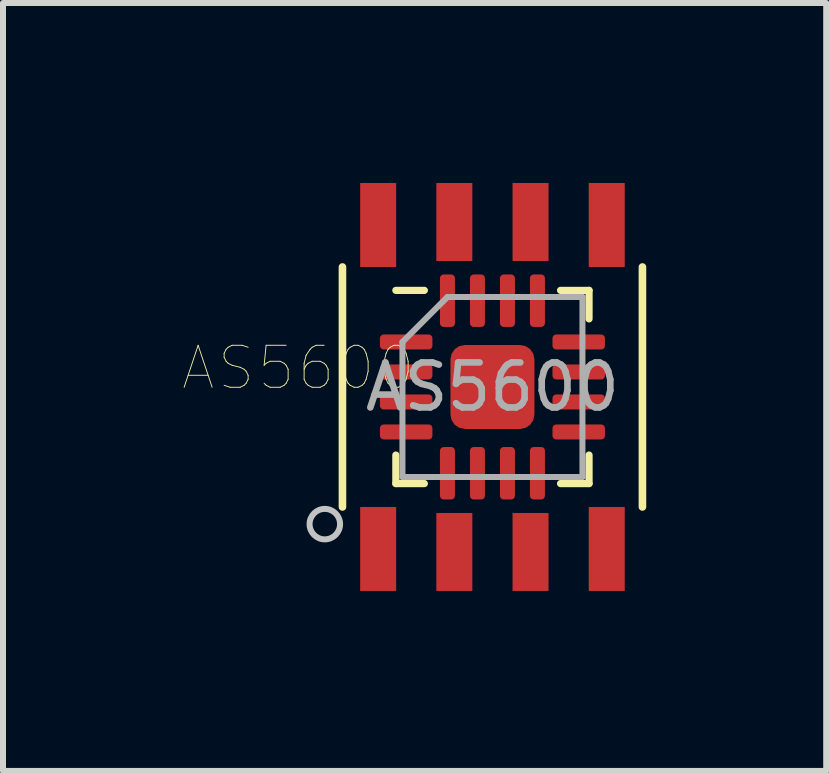
<source format=kicad_pcb>
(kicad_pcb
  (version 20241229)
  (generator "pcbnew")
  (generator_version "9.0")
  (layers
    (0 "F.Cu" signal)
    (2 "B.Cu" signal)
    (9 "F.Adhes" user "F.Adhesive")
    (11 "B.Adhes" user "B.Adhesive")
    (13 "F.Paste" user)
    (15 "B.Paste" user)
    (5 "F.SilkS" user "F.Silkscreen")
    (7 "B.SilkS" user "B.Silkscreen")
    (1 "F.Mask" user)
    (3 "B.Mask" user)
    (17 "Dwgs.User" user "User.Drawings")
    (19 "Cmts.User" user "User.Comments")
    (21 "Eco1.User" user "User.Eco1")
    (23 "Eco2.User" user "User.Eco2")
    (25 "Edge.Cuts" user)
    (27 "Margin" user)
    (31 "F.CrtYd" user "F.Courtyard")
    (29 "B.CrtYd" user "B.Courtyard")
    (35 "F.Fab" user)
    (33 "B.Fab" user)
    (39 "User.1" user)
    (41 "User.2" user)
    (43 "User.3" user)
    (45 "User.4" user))
  (footprint "AS5600"
    (layer "F.Cu")
    (at 5.158 3.4)
    (property "Reference" "AS5600" (at -3.239 -0.318 180) (layer "F.SilkS") (effects (font (size 0.7 0.7) (thickness 0.015))))
    (attr through_hole)
    (fp_line (start -2.5 2) (end -2.5 -2) (stroke (width 0.127) (type solid)) (layer "F.SilkS"))
    (fp_line (start -1.61 1.61) (end -1.61 1.135) (stroke (width 0.12) (type solid)) (layer "F.SilkS"))
    (fp_line (start -1.135 -1.61) (end -1.61 -1.61) (stroke (width 0.12) (type solid)) (layer "F.SilkS"))
    (fp_line (start -1.135 1.61) (end -1.61 1.61) (stroke (width 0.12) (type solid)) (layer "F.SilkS"))
    (fp_line (start 1.135 -1.61) (end 1.61 -1.61) (stroke (width 0.12) (type solid)) (layer "F.SilkS"))
    (fp_line (start 1.135 1.61) (end 1.61 1.61) (stroke (width 0.12) (type solid)) (layer "F.SilkS"))
    (fp_line (start 1.61 -1.61) (end 1.61 -1.135) (stroke (width 0.12) (type solid)) (layer "F.SilkS"))
    (fp_line (start 1.61 1.61) (end 1.61 1.135) (stroke (width 0.12) (type solid)) (layer "F.SilkS"))
    (fp_line (start 2.5 -2) (end 2.5 2) (stroke (width 0.127) (type solid)) (layer "F.SilkS"))
    (fp_circle (center -2.794 2.286) (end -2.54 2.286) (stroke (width 0.1) (type solid)) (fill no) (layer "Dwgs.User"))
    (fp_line (start -1.5 -0.75) (end -0.75 -1.5) (stroke (width 0.1) (type solid)) (layer "F.Fab"))
    (fp_line (start -1.5 1.5) (end -1.5 -0.75) (stroke (width 0.1) (type solid)) (layer "F.Fab"))
    (fp_line (start -0.75 -1.5) (end 1.5 -1.5) (stroke (width 0.1) (type solid)) (layer "F.Fab"))
    (fp_line (start 1.5 -1.5) (end 1.5 1.5) (stroke (width 0.1) (type solid)) (layer "F.Fab"))
    (fp_line (start 1.5 1.5) (end -1.5 1.5) (stroke (width 0.1) (type solid)) (layer "F.Fab"))
    (fp_text user "${REFERENCE}" (at 0 0 0) (layer "F.Fab") (effects (font (size 0.75 0.75) (thickness 0.11))))
    (pad "" smd roundrect (at -0.36 -0.36) (size 0.58 0.58) (layers "F.Paste") (roundrect_rratio 0.25))
    (pad "" smd roundrect (at -0.36 0.36) (size 0.58 0.58) (layers "F.Paste") (roundrect_rratio 0.25))
    (pad "" smd roundrect (at 0.36 -0.36) (size 0.58 0.58) (layers "F.Paste") (roundrect_rratio 0.25))
    (pad "" smd roundrect (at 0.36 0.36) (size 0.58 0.58) (layers "F.Paste") (roundrect_rratio 0.25))
    (pad "1" smd rect (at -1.905 2.7) (size 0.6 1.4) (layers "F.Cu" "F.Mask" "F.Paste"))
    (pad "2" smd rect (at -0.635 2.75) (size 0.6 1.3) (layers "F.Cu" "F.Mask" "F.Paste"))
    (pad "3" smd rect (at 0.635 2.75) (size 0.6 1.3) (layers "F.Cu" "F.Mask" "F.Paste"))
    (pad "4" smd rect (at 1.905 2.7) (size 0.6 1.4) (layers "F.Cu" "F.Mask" "F.Paste"))
    (pad "5" smd rect (at 1.905 -2.7) (size 0.6 1.4) (layers "F.Cu" "F.Mask" "F.Paste"))
    (pad "6" smd rect (at 0.635 -2.75) (size 0.6 1.3) (layers "F.Cu" "F.Mask" "F.Paste"))
    (pad "7" smd rect (at -0.635 -2.75) (size 0.6 1.3) (layers "F.Cu" "F.Mask" "F.Paste"))
    (pad "8" smd rect (at -1.905 -2.7) (size 0.6 1.4) (layers "F.Cu" "F.Mask" "F.Paste"))
    (pad "9" smd roundrect (at -1.438 -0.75) (size 0.875 0.25) (layers "F.Cu" "F.Mask" "F.Paste") (roundrect_rratio 0.25))
    (pad "10" smd roundrect (at -1.438 -0.25) (size 0.875 0.25) (layers "F.Cu" "F.Mask" "F.Paste") (roundrect_rratio 0.25))
    (pad "11" smd roundrect (at -1.438 0.25) (size 0.875 0.25) (layers "F.Cu" "F.Mask" "F.Paste") (roundrect_rratio 0.25))
    (pad "12" smd roundrect (at -1.438 0.75) (size 0.875 0.25) (layers "F.Cu" "F.Mask" "F.Paste") (roundrect_rratio 0.25))
    (pad "13" smd roundrect (at -0.75 1.438) (size 0.25 0.875) (layers "F.Cu" "F.Mask" "F.Paste") (roundrect_rratio 0.25))
    (pad "14" smd roundrect (at -0.25 1.438) (size 0.25 0.875) (layers "F.Cu" "F.Mask" "F.Paste") (roundrect_rratio 0.25))
    (pad "15" smd roundrect (at 0.25 1.438) (size 0.25 0.875) (layers "F.Cu" "F.Mask" "F.Paste") (roundrect_rratio 0.25))
    (pad "16" smd roundrect (at 0.75 1.438) (size 0.25 0.875) (layers "F.Cu" "F.Mask" "F.Paste") (roundrect_rratio 0.25))
    (pad "17" smd roundrect (at 1.438 0.75) (size 0.875 0.25) (layers "F.Cu" "F.Mask" "F.Paste") (roundrect_rratio 0.25))
    (pad "18" smd roundrect (at 1.438 0.25) (size 0.875 0.25) (layers "F.Cu" "F.Mask" "F.Paste") (roundrect_rratio 0.25))
    (pad "19" smd roundrect (at 1.438 -0.25) (size 0.875 0.25) (layers "F.Cu" "F.Mask" "F.Paste") (roundrect_rratio 0.25))
    (pad "20" smd roundrect (at 1.438 -0.75) (size 0.875 0.25) (layers "F.Cu" "F.Mask" "F.Paste") (roundrect_rratio 0.25))
    (pad "21" smd roundrect (at 0.75 -1.438) (size 0.25 0.875) (layers "F.Cu" "F.Mask" "F.Paste") (roundrect_rratio 0.25))
    (pad "22" smd roundrect (at 0.25 -1.438) (size 0.25 0.875) (layers "F.Cu" "F.Mask" "F.Paste") (roundrect_rratio 0.25))
    (pad "23" smd roundrect (at -0.25 -1.438) (size 0.25 0.875) (layers "F.Cu" "F.Mask" "F.Paste") (roundrect_rratio 0.25))
    (pad "24" smd roundrect (at -0.75 -1.438) (size 0.25 0.875) (layers "F.Cu" "F.Mask" "F.Paste") (roundrect_rratio 0.25))
    (pad "25" smd roundrect (at 0 0) (size 1.4 1.4) (layers "F.Cu" "F.Mask") (roundrect_rratio 0.172)))
  (gr_rect
    (start -3 -3)
    (end 10.721 9.8)
    (stroke (width 0.1) (type default))
    (fill no)
    (layer "Edge.Cuts")))
</source>
